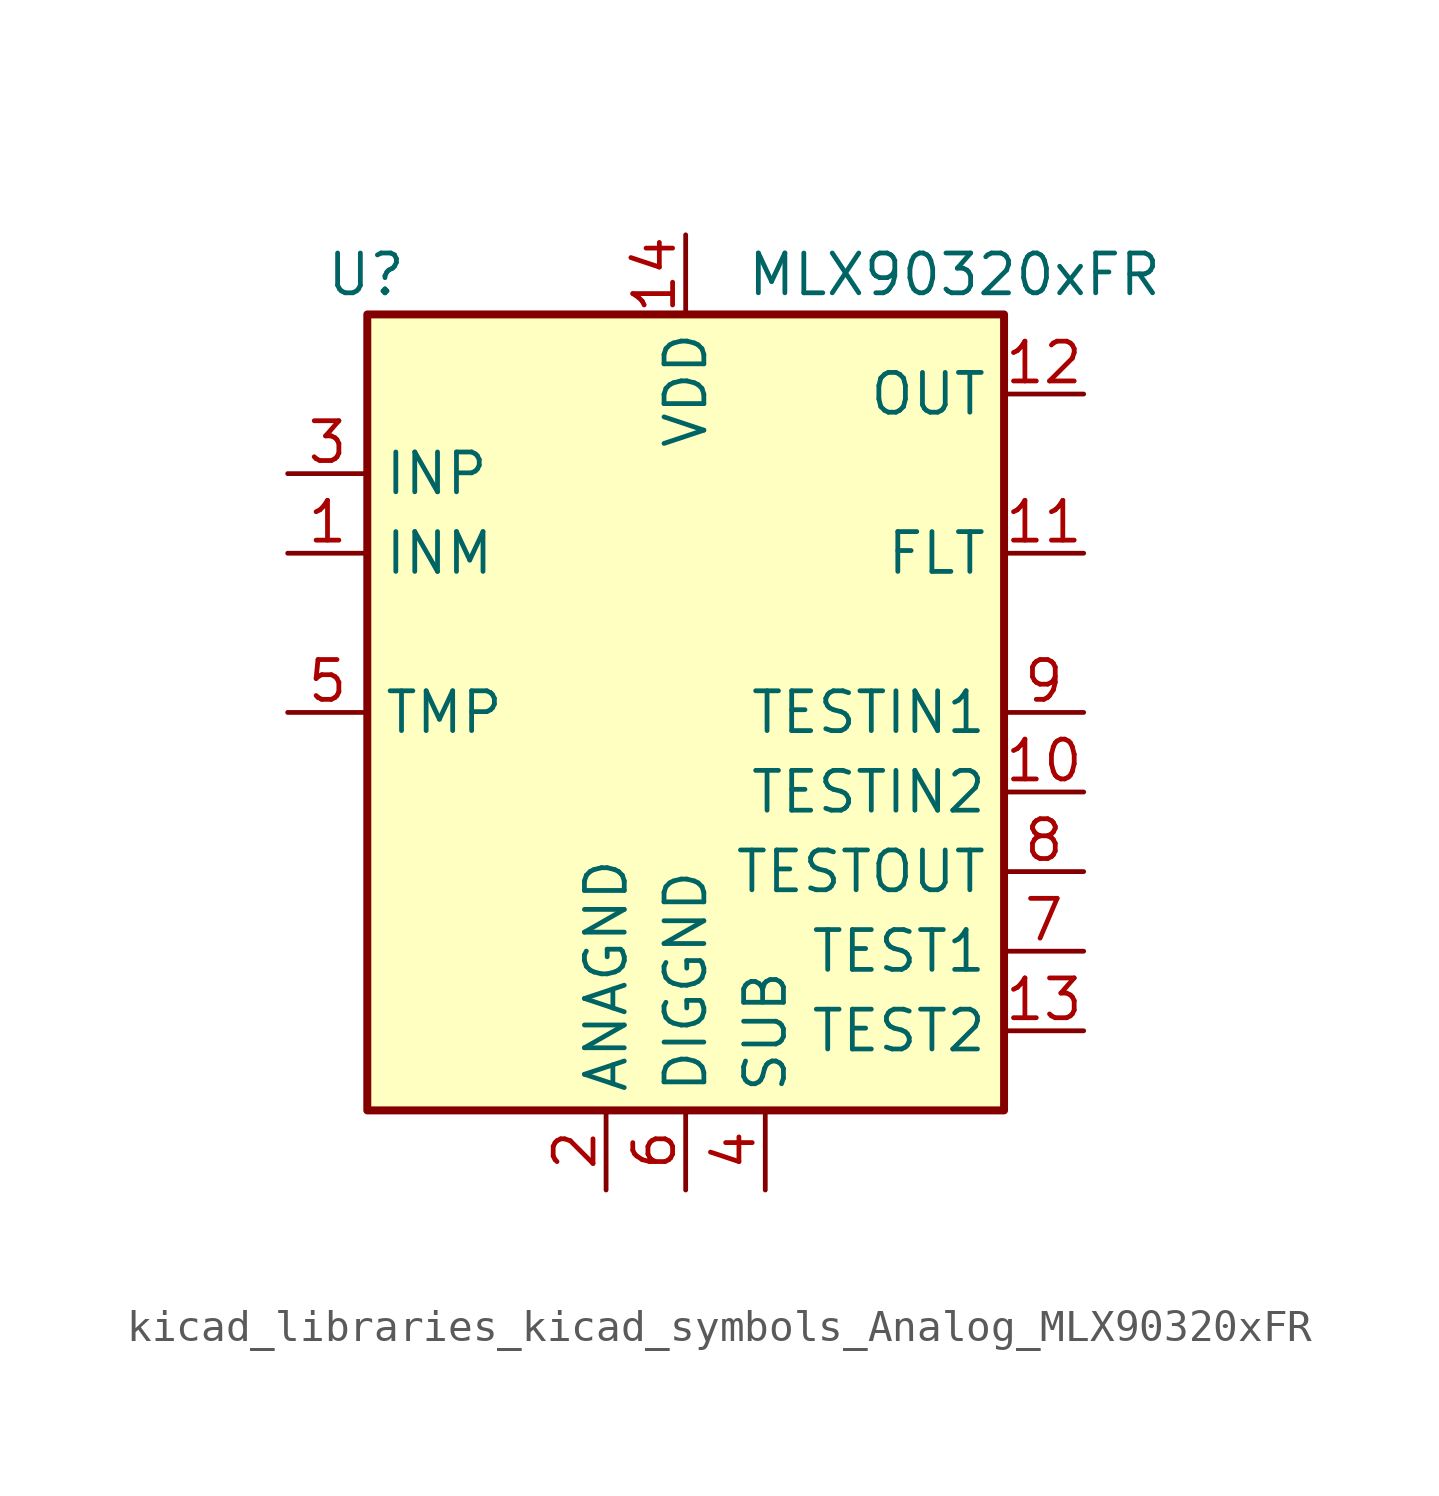
<source format=kicad_sym>
(kicad_symbol_lib
  (version 20220914)
  (generator kicad_symbol_editor)
  (symbol "kicad_libraries_kicad_symbols_Analog_MLX90320xFR"
    (property "Reference" "U"
      (at -8.89 13.97 0)
      (effects (font (size 1.27 1.27)) (justify right)))
    (property "Value" "MLX90320xFR"
      (at 15.24 13.97 0)
      (effects (font (size 1.27 1.27)) (justify right)))
    (symbol "kicad_libraries_kicad_symbols_Analog_MLX90320xFR_0_1"
      (rectangle (start -10.16 12.7) (end 10.16 -12.7) (stroke (width 0.254) (type default)) (fill (type background))))
    (symbol "kicad_libraries_kicad_symbols_Analog_MLX90320xFR_1_1"
      (pin input line (at -12.7 5.08 0) (length 2.54) (name "INM" (effects (font (size 1.27 1.27)))) (number "1" (effects (font (size 1.27 1.27)))))
      (pin passive line (at 12.7 -2.54 180) (length 2.54) (name "TESTIN2" (effects (font (size 1.27 1.27)))) (number "10" (effects (font (size 1.27 1.27)))))
      (pin output line (at 12.7 5.08 180) (length 2.54) (name "FLT" (effects (font (size 1.27 1.27)))) (number "11" (effects (font (size 1.27 1.27)))))
      (pin bidirectional line (at 12.7 10.16 180) (length 2.54) (name "OUT" (effects (font (size 1.27 1.27)))) (number "12" (effects (font (size 1.27 1.27)))))
      (pin passive line (at 12.7 -10.16 180) (length 2.54) (name "TEST2" (effects (font (size 1.27 1.27)))) (number "13" (effects (font (size 1.27 1.27)))))
      (pin power_in line (at 0 15.24 270) (length 2.54) (name "VDD" (effects (font (size 1.27 1.27)))) (number "14" (effects (font (size 1.27 1.27)))))
      (pin power_in line (at -2.54 -15.24 90) (length 2.54) (name "ANAGND" (effects (font (size 1.27 1.27)))) (number "2" (effects (font (size 1.27 1.27)))))
      (pin input line (at -12.7 7.62 0) (length 2.54) (name "INP" (effects (font (size 1.27 1.27)))) (number "3" (effects (font (size 1.27 1.27)))))
      (pin power_in line (at 2.54 -15.24 90) (length 2.54) (name "SUB" (effects (font (size 1.27 1.27)))) (number "4" (effects (font (size 1.27 1.27)))))
      (pin passive line (at -12.7 0 0) (length 2.54) (name "TMP" (effects (font (size 1.27 1.27)))) (number "5" (effects (font (size 1.27 1.27)))))
      (pin power_in line (at 0 -15.24 90) (length 2.54) (name "DIGGND" (effects (font (size 1.27 1.27)))) (number "6" (effects (font (size 1.27 1.27)))))
      (pin passive line (at 12.7 -7.62 180) (length 2.54) (name "TEST1" (effects (font (size 1.27 1.27)))) (number "7" (effects (font (size 1.27 1.27)))))
      (pin passive line (at 12.7 -5.08 180) (length 2.54) (name "TESTOUT" (effects (font (size 1.27 1.27)))) (number "8" (effects (font (size 1.27 1.27)))))
      (pin passive line (at 12.7 0 180) (length 2.54) (name "TESTIN1" (effects (font (size 1.27 1.27)))) (number "9" (effects (font (size 1.27 1.27))))))))
</source>
